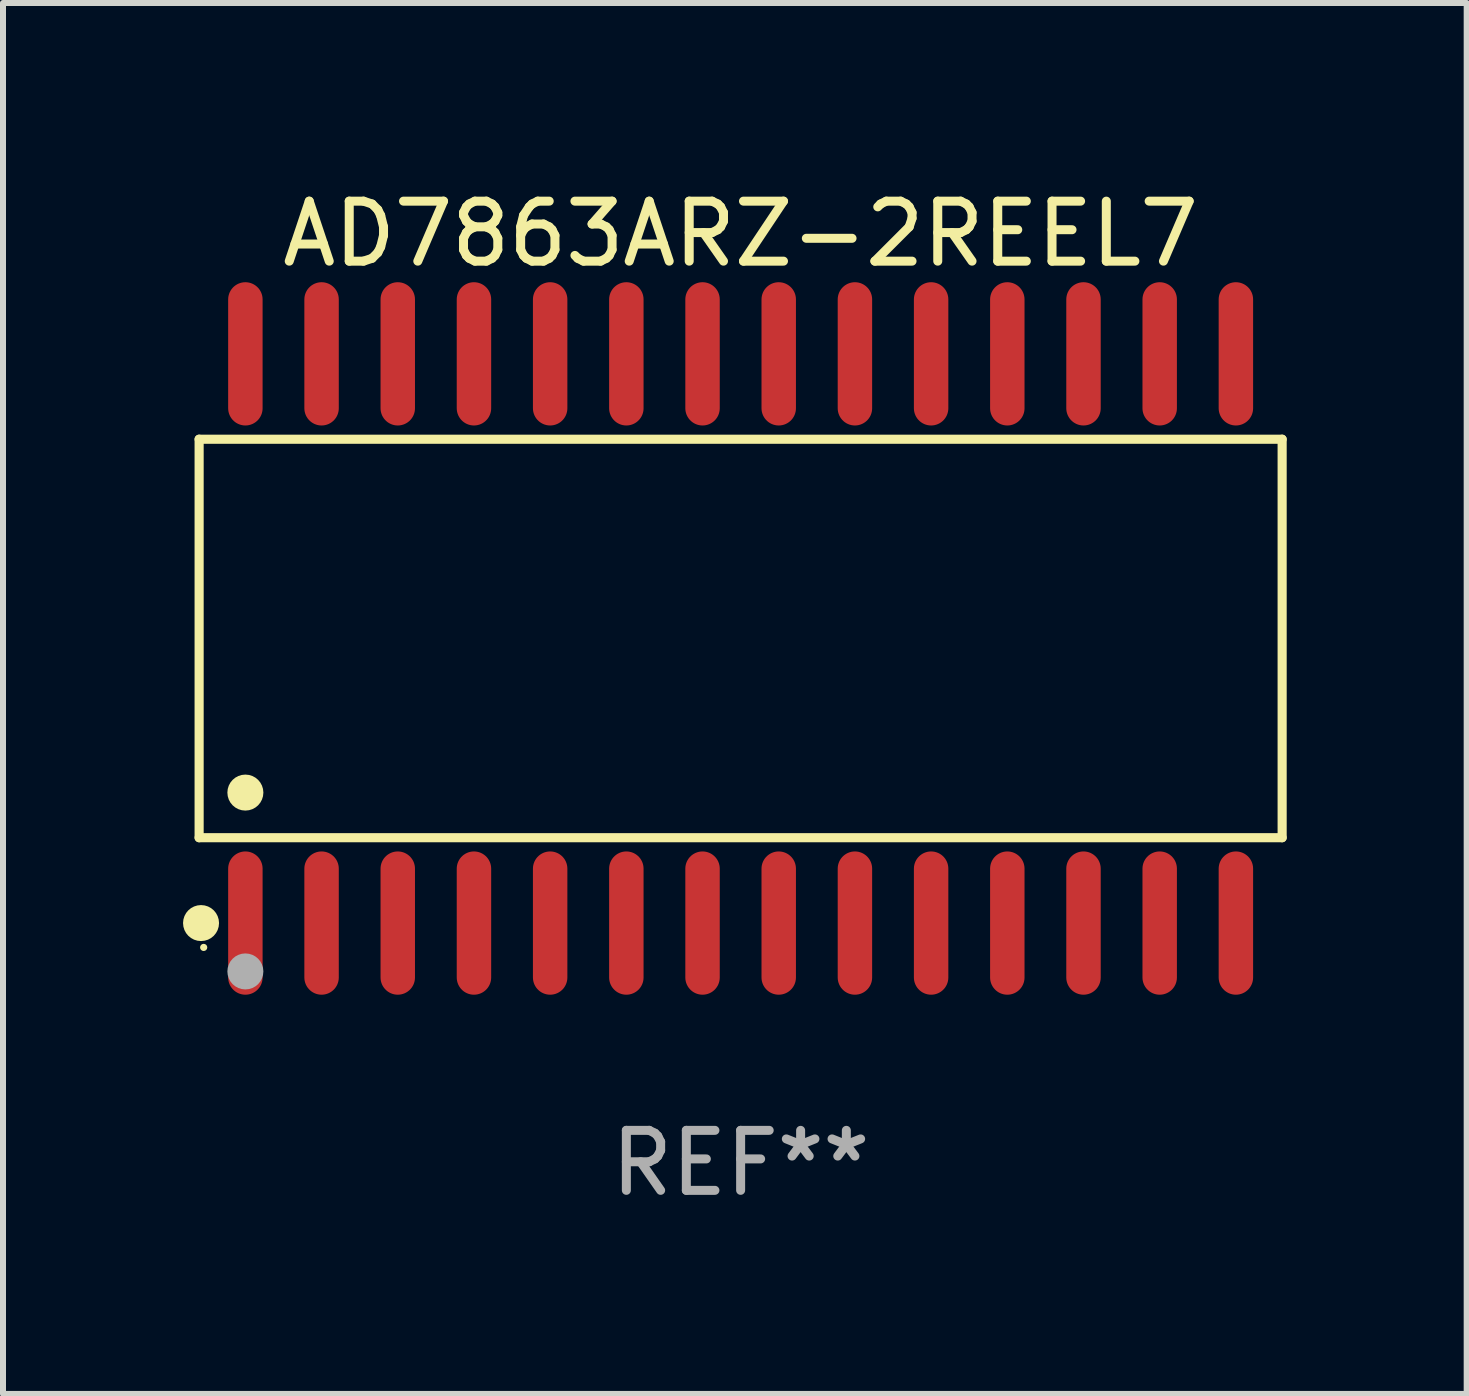
<source format=kicad_pcb>
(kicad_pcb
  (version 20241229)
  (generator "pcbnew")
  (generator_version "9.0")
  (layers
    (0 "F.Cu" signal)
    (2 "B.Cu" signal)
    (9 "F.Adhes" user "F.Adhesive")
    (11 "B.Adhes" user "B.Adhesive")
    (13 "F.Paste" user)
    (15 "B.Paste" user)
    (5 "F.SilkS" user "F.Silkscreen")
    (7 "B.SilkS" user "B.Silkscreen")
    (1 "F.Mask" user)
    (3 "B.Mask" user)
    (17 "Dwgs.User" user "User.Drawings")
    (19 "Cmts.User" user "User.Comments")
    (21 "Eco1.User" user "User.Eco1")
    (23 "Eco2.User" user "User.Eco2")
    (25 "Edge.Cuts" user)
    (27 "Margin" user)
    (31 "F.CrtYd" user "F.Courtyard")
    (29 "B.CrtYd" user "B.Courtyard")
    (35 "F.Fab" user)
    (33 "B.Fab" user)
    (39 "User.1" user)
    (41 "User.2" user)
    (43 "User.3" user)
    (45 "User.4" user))
  (footprint "AD7863ARZ-2REEL7"
    (layer "F.Cu")
    (at 9.295 7.592)
    (property "Reference" "AD7863ARZ-2REEL7" (at 0 -6.744 0) (layer "F.SilkS") (effects (font (size 1 1) (thickness 0.15))))
    (attr through_hole)
    (fp_line (start -9.026 -3.321) (end 9.026 -3.321) (stroke (width 0.152) (type solid)) (layer "F.SilkS"))
    (fp_line (start -9.026 3.321) (end -9.026 -3.321) (stroke (width 0.152) (type solid)) (layer "F.SilkS"))
    (fp_line (start 9.026 -3.321) (end 9.026 3.321) (stroke (width 0.152) (type solid)) (layer "F.SilkS"))
    (fp_line (start 9.026 3.321) (end -9.026 3.321) (stroke (width 0.152) (type solid)) (layer "F.SilkS"))
    (fp_circle (center -8.994 4.744) (end -8.844 4.744) (stroke (width 0.3) (type solid)) (fill no) (layer "F.SilkS"))
    (fp_circle (center -8.95 5.15) (end -8.92 5.15) (stroke (width 0.06) (type solid)) (fill no) (layer "F.SilkS"))
    (fp_circle (center -8.255 2.569) (end -8.105 2.569) (stroke (width 0.3) (type solid)) (fill no) (layer "F.SilkS"))
    (fp_circle (center -8.255 5.55) (end -8.105 5.55) (stroke (width 0.3) (type solid)) (fill no) (layer "F.Fab"))
    (fp_text user "REF**" (at 0 8.744 0) (layer "F.Fab") (effects (font (size 1 1) (thickness 0.15))))
    (pad "1" smd oval (at -8.255 4.744) (size 0.574 2.388) (layers "F.Cu" "F.Mask" "F.Paste"))
    (pad "2" smd oval (at -6.985 4.744) (size 0.574 2.388) (layers "F.Cu" "F.Mask" "F.Paste"))
    (pad "3" smd oval (at -5.715 4.744) (size 0.574 2.388) (layers "F.Cu" "F.Mask" "F.Paste"))
    (pad "4" smd oval (at -4.445 4.744) (size 0.574 2.388) (layers "F.Cu" "F.Mask" "F.Paste"))
    (pad "5" smd oval (at -3.175 4.744) (size 0.574 2.388) (layers "F.Cu" "F.Mask" "F.Paste"))
    (pad "6" smd oval (at -1.905 4.744) (size 0.574 2.388) (layers "F.Cu" "F.Mask" "F.Paste"))
    (pad "7" smd oval (at -0.635 4.744) (size 0.574 2.388) (layers "F.Cu" "F.Mask" "F.Paste"))
    (pad "8" smd oval (at 0.635 4.744) (size 0.574 2.388) (layers "F.Cu" "F.Mask" "F.Paste"))
    (pad "9" smd oval (at 1.905 4.744) (size 0.574 2.388) (layers "F.Cu" "F.Mask" "F.Paste"))
    (pad "10" smd oval (at 3.175 4.744) (size 0.574 2.388) (layers "F.Cu" "F.Mask" "F.Paste"))
    (pad "11" smd oval (at 4.445 4.744) (size 0.574 2.388) (layers "F.Cu" "F.Mask" "F.Paste"))
    (pad "12" smd oval (at 5.715 4.744) (size 0.574 2.388) (layers "F.Cu" "F.Mask" "F.Paste"))
    (pad "13" smd oval (at 6.985 4.744) (size 0.574 2.388) (layers "F.Cu" "F.Mask" "F.Paste"))
    (pad "14" smd oval (at 8.255 4.744) (size 0.574 2.388) (layers "F.Cu" "F.Mask" "F.Paste"))
    (pad "15" smd oval (at 8.255 -4.744) (size 0.574 2.388) (layers "F.Cu" "F.Mask" "F.Paste"))
    (pad "16" smd oval (at 6.985 -4.744) (size 0.574 2.388) (layers "F.Cu" "F.Mask" "F.Paste"))
    (pad "17" smd oval (at 5.715 -4.744) (size 0.574 2.388) (layers "F.Cu" "F.Mask" "F.Paste"))
    (pad "18" smd oval (at 4.445 -4.744) (size 0.574 2.388) (layers "F.Cu" "F.Mask" "F.Paste"))
    (pad "19" smd oval (at 3.175 -4.744) (size 0.574 2.388) (layers "F.Cu" "F.Mask" "F.Paste"))
    (pad "20" smd oval (at 1.905 -4.744) (size 0.574 2.388) (layers "F.Cu" "F.Mask" "F.Paste"))
    (pad "21" smd oval (at 0.635 -4.744) (size 0.574 2.388) (layers "F.Cu" "F.Mask" "F.Paste"))
    (pad "22" smd oval (at -0.635 -4.744) (size 0.574 2.388) (layers "F.Cu" "F.Mask" "F.Paste"))
    (pad "23" smd oval (at -1.905 -4.744) (size 0.574 2.388) (layers "F.Cu" "F.Mask" "F.Paste"))
    (pad "24" smd oval (at -3.175 -4.744) (size 0.574 2.388) (layers "F.Cu" "F.Mask" "F.Paste"))
    (pad "25" smd oval (at -4.445 -4.744) (size 0.574 2.388) (layers "F.Cu" "F.Mask" "F.Paste"))
    (pad "26" smd oval (at -5.715 -4.744) (size 0.574 2.388) (layers "F.Cu" "F.Mask" "F.Paste"))
    (pad "27" smd oval (at -6.985 -4.744) (size 0.574 2.388) (layers "F.Cu" "F.Mask" "F.Paste"))
    (pad "28" smd oval (at -8.255 -4.744) (size 0.574 2.388) (layers "F.Cu" "F.Mask" "F.Paste")))
  (gr_rect
    (start -3 -3)
    (end 21.397 20.184)
    (stroke (width 0.1) (type default))
    (fill no)
    (layer "Edge.Cuts")))
</source>
